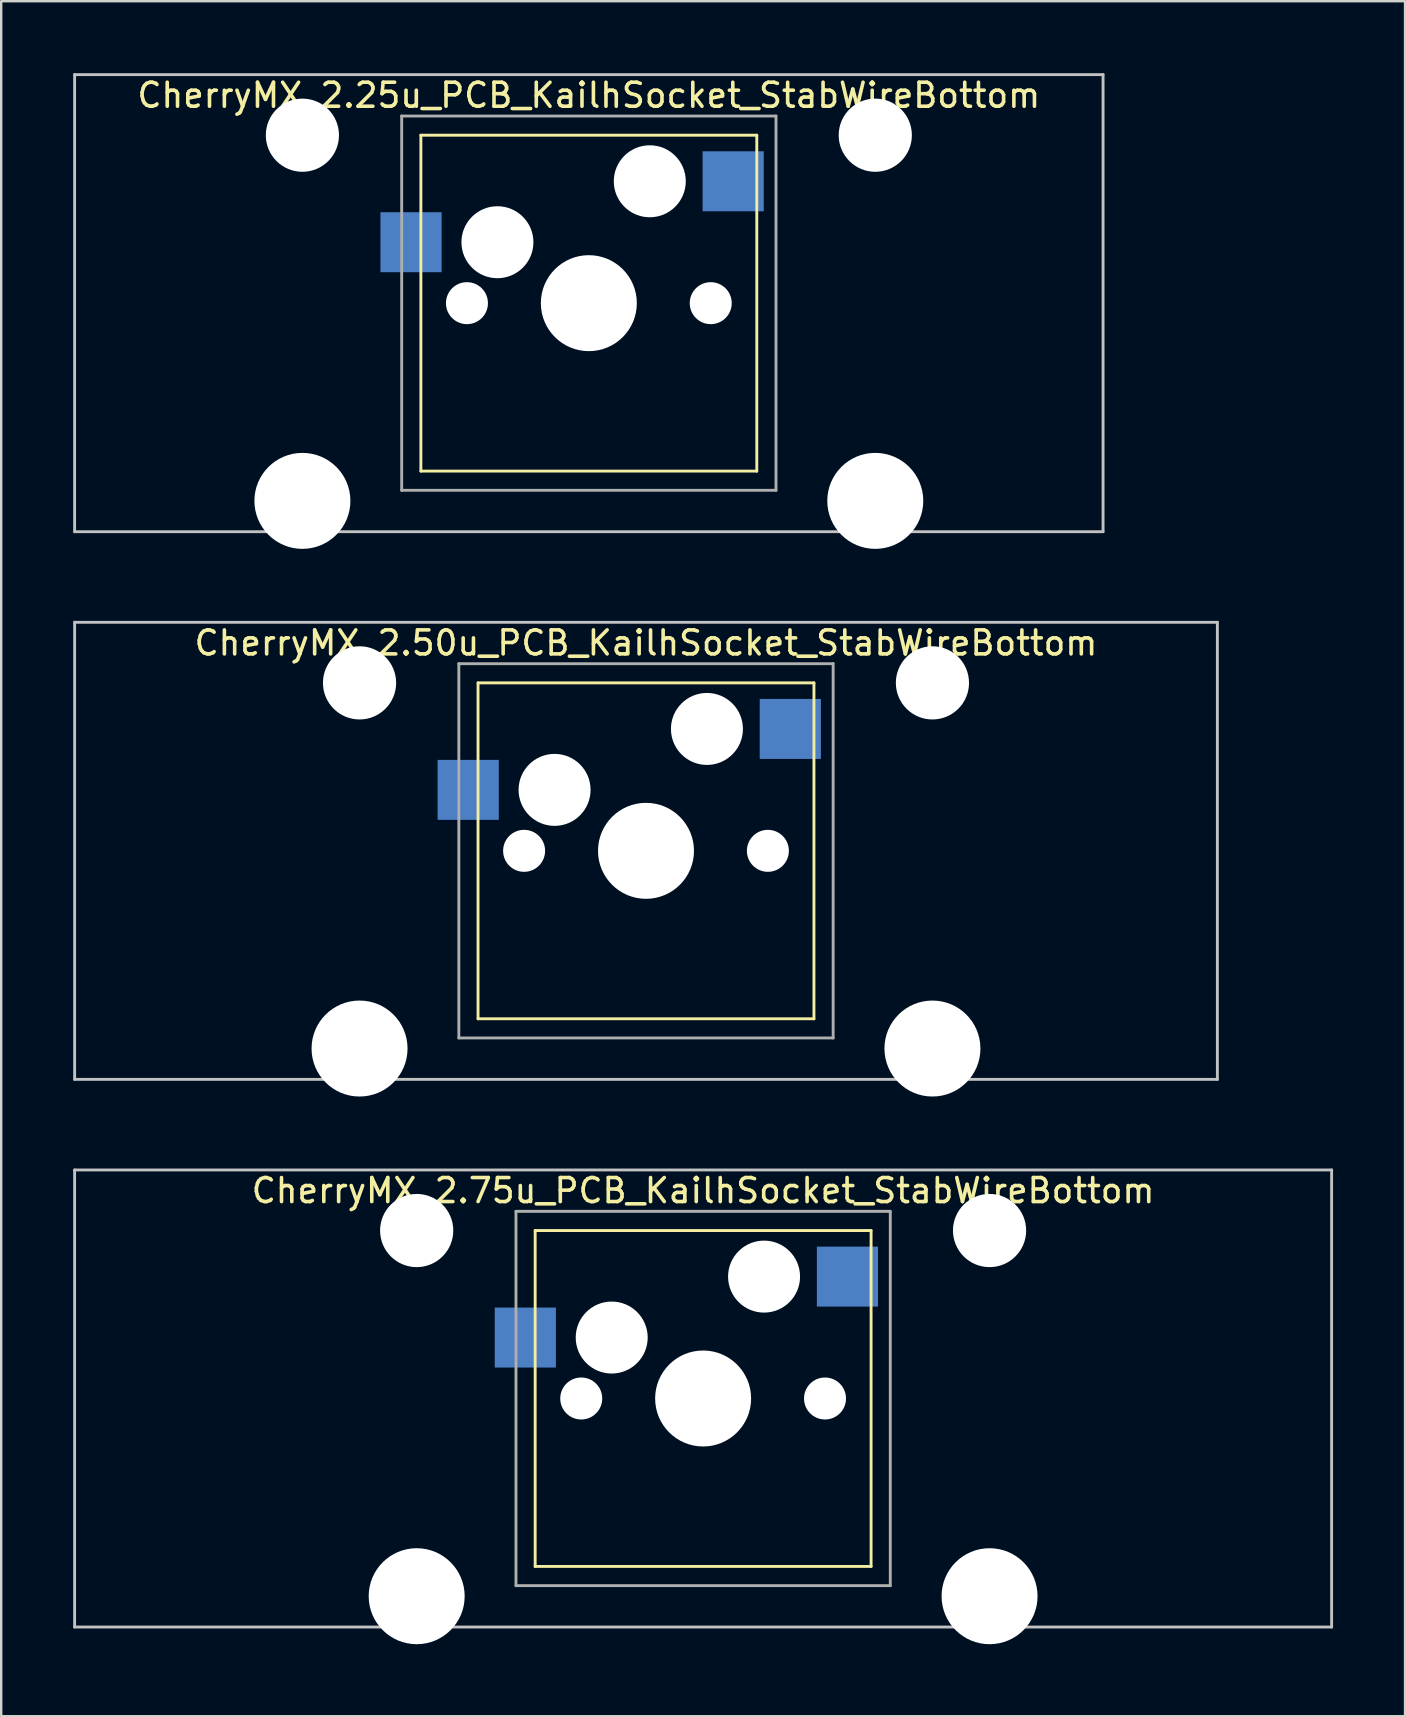
<source format=kicad_pcb>
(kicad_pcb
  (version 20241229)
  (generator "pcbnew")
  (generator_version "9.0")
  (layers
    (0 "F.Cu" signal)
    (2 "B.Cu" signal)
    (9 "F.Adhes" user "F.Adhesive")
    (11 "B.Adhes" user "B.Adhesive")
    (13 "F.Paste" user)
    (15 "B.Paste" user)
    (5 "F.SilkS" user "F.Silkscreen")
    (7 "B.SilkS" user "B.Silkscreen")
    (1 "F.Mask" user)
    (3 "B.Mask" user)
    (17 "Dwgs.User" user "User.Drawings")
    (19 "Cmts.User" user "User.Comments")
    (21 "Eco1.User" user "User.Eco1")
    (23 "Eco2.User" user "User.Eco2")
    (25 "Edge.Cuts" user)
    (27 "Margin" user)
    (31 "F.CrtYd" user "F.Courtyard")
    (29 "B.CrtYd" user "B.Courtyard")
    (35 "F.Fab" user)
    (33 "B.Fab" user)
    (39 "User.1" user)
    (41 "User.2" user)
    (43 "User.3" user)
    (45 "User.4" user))
  (footprint "CherryMX_2.75u_PCB_KailhSocket_StabWireBottom"
    (layer "F.Cu")
    (at 28.794 50.155)
    (property "Reference" "CherryMX_2.75u_PCB_KailhSocket_StabWireBottom" (at -2.54 -3.583 0) (layer "F.SilkS") (effects (font (size 1 1) (thickness 0.15))))
    (attr through_hole)
    (fp_line (start -9.54 -1.92) (end -9.54 12.08) (stroke (width 0.12) (type solid)) (layer "F.SilkS"))
    (fp_line (start -9.54 -1.92) (end 4.46 -1.92) (stroke (width 0.12) (type solid)) (layer "F.SilkS"))
    (fp_line (start 4.46 -1.92) (end 4.46 12.08) (stroke (width 0.12) (type solid)) (layer "F.SilkS"))
    (fp_line (start 4.46 12.08) (end -9.54 12.08) (stroke (width 0.12) (type solid)) (layer "F.SilkS"))
    (fp_line (start -28.734 -4.445) (end 23.654 -4.445) (stroke (width 0.12) (type solid)) (layer "Dwgs.User"))
    (fp_line (start -28.734 14.605) (end -28.734 -4.445) (stroke (width 0.12) (type solid)) (layer "Dwgs.User"))
    (fp_line (start 23.654 -4.445) (end 23.654 14.605) (stroke (width 0.12) (type solid)) (layer "Dwgs.User"))
    (fp_line (start 23.654 14.605) (end -28.734 14.605) (stroke (width 0.12) (type solid)) (layer "Dwgs.User"))
    (fp_line (start -10.34 -2.72) (end -10.34 12.88) (stroke (width 0.12) (type solid)) (layer "F.Fab"))
    (fp_line (start -10.34 -2.72) (end 5.26 -2.72) (stroke (width 0.12) (type solid)) (layer "F.Fab"))
    (fp_line (start -10.34 12.88) (end 5.26 12.88) (stroke (width 0.12) (type solid)) (layer "F.Fab"))
    (fp_line (start 5.26 -2.72) (end 5.26 12.88) (stroke (width 0.12) (type solid)) (layer "F.Fab"))
    (pad "" np_thru_hole circle (at -14.478 -1.92) (size 3.05 3.05) (drill 3.05) (layers "*.Cu" "*.Mask"))
    (pad "" np_thru_hole circle (at -14.478 13.32) (size 4 4) (drill 4) (layers "*.Cu" "*.Mask"))
    (pad "" np_thru_hole circle (at -7.62 5.08) (size 1.75 1.75) (drill 1.75) (layers "*.Cu" "*.Mask"))
    (pad "" np_thru_hole circle (at -6.35 2.54) (size 3 3) (drill 3) (layers "*.Cu" "*.Mask"))
    (pad "" np_thru_hole circle (at -2.54 5.08) (size 4 4) (drill 4) (layers "*.Cu" "*.Mask"))
    (pad "" np_thru_hole circle (at 0 0) (size 3 3) (drill 3) (layers "*.Cu" "*.Mask"))
    (pad "" np_thru_hole circle (at 2.54 5.08) (size 1.75 1.75) (drill 1.75) (layers "*.Cu" "*.Mask"))
    (pad "" np_thru_hole circle (at 9.398 -1.92) (size 3.05 3.05) (drill 3.05) (layers "*.Cu" "*.Mask"))
    (pad "" np_thru_hole circle (at 9.398 13.32) (size 4 4) (drill 4) (layers "*.Cu" "*.Mask"))
    (pad "1" smd rect (at 3.475 0) (size 2.55 2.5) (layers "B.Cu" "B.Mask" "B.Paste"))
    (pad "2" smd rect (at -9.95 2.54) (size 2.55 2.5) (layers "B.Cu" "B.Mask" "B.Paste")))
  (footprint "CherryMX_2.50u_PCB_KailhSocket_StabWireBottom"
    (layer "F.Cu")
    (at 26.413 27.33)
    (property "Reference" "CherryMX_2.50u_PCB_KailhSocket_StabWireBottom" (at -2.54 -3.583 0) (layer "F.SilkS") (effects (font (size 1 1) (thickness 0.15))))
    (attr through_hole)
    (fp_line (start -9.54 -1.92) (end -9.54 12.08) (stroke (width 0.12) (type solid)) (layer "F.SilkS"))
    (fp_line (start -9.54 -1.92) (end 4.46 -1.92) (stroke (width 0.12) (type solid)) (layer "F.SilkS"))
    (fp_line (start 4.46 -1.92) (end 4.46 12.08) (stroke (width 0.12) (type solid)) (layer "F.SilkS"))
    (fp_line (start 4.46 12.08) (end -9.54 12.08) (stroke (width 0.12) (type solid)) (layer "F.SilkS"))
    (fp_line (start -26.352 -4.445) (end 21.273 -4.445) (stroke (width 0.12) (type solid)) (layer "Dwgs.User"))
    (fp_line (start -26.352 14.605) (end -26.352 -4.445) (stroke (width 0.12) (type solid)) (layer "Dwgs.User"))
    (fp_line (start 21.273 -4.445) (end 21.273 14.605) (stroke (width 0.12) (type solid)) (layer "Dwgs.User"))
    (fp_line (start 21.273 14.605) (end -26.352 14.605) (stroke (width 0.12) (type solid)) (layer "Dwgs.User"))
    (fp_line (start -10.34 -2.72) (end -10.34 12.88) (stroke (width 0.12) (type solid)) (layer "F.Fab"))
    (fp_line (start -10.34 -2.72) (end 5.26 -2.72) (stroke (width 0.12) (type solid)) (layer "F.Fab"))
    (fp_line (start -10.34 12.88) (end 5.26 12.88) (stroke (width 0.12) (type solid)) (layer "F.Fab"))
    (fp_line (start 5.26 -2.72) (end 5.26 12.88) (stroke (width 0.12) (type solid)) (layer "F.Fab"))
    (pad "" np_thru_hole circle (at -14.478 -1.92) (size 3.05 3.05) (drill 3.05) (layers "*.Cu" "*.Mask"))
    (pad "" np_thru_hole circle (at -14.478 13.32) (size 4 4) (drill 4) (layers "*.Cu" "*.Mask"))
    (pad "" np_thru_hole circle (at -7.62 5.08) (size 1.75 1.75) (drill 1.75) (layers "*.Cu" "*.Mask"))
    (pad "" np_thru_hole circle (at -6.35 2.54) (size 3 3) (drill 3) (layers "*.Cu" "*.Mask"))
    (pad "" np_thru_hole circle (at -2.54 5.08) (size 4 4) (drill 4) (layers "*.Cu" "*.Mask"))
    (pad "" np_thru_hole circle (at 0 0) (size 3 3) (drill 3) (layers "*.Cu" "*.Mask"))
    (pad "" np_thru_hole circle (at 2.54 5.08) (size 1.75 1.75) (drill 1.75) (layers "*.Cu" "*.Mask"))
    (pad "" np_thru_hole circle (at 9.398 -1.92) (size 3.05 3.05) (drill 3.05) (layers "*.Cu" "*.Mask"))
    (pad "" np_thru_hole circle (at 9.398 13.32) (size 4 4) (drill 4) (layers "*.Cu" "*.Mask"))
    (pad "1" smd rect (at 3.475 0) (size 2.55 2.5) (layers "B.Cu" "B.Mask" "B.Paste"))
    (pad "2" smd rect (at -9.95 2.54) (size 2.55 2.5) (layers "B.Cu" "B.Mask" "B.Paste")))
  (footprint "CherryMX_2.25u_PCB_KailhSocket_StabWireBottom"
    (layer "F.Cu")
    (at 24.031 4.505)
    (property "Reference" "CherryMX_2.25u_PCB_KailhSocket_StabWireBottom" (at -2.54 -3.583 0) (layer "F.SilkS") (effects (font (size 1 1) (thickness 0.15))))
    (attr through_hole)
    (fp_line (start -9.54 -1.92) (end -9.54 12.08) (stroke (width 0.12) (type solid)) (layer "F.SilkS"))
    (fp_line (start -9.54 -1.92) (end 4.46 -1.92) (stroke (width 0.12) (type solid)) (layer "F.SilkS"))
    (fp_line (start 4.46 -1.92) (end 4.46 12.08) (stroke (width 0.12) (type solid)) (layer "F.SilkS"))
    (fp_line (start 4.46 12.08) (end -9.54 12.08) (stroke (width 0.12) (type solid)) (layer "F.SilkS"))
    (fp_line (start -23.971 -4.445) (end 18.891 -4.445) (stroke (width 0.12) (type solid)) (layer "Dwgs.User"))
    (fp_line (start -23.971 14.605) (end -23.971 -4.445) (stroke (width 0.12) (type solid)) (layer "Dwgs.User"))
    (fp_line (start 18.891 -4.445) (end 18.891 14.605) (stroke (width 0.12) (type solid)) (layer "Dwgs.User"))
    (fp_line (start 18.891 14.605) (end -23.971 14.605) (stroke (width 0.12) (type solid)) (layer "Dwgs.User"))
    (fp_line (start -10.34 -2.72) (end -10.34 12.88) (stroke (width 0.12) (type solid)) (layer "F.Fab"))
    (fp_line (start -10.34 -2.72) (end 5.26 -2.72) (stroke (width 0.12) (type solid)) (layer "F.Fab"))
    (fp_line (start -10.34 12.88) (end 5.26 12.88) (stroke (width 0.12) (type solid)) (layer "F.Fab"))
    (fp_line (start 5.26 -2.72) (end 5.26 12.88) (stroke (width 0.12) (type solid)) (layer "F.Fab"))
    (pad "" np_thru_hole circle (at -14.478 -1.92) (size 3.05 3.05) (drill 3.05) (layers "*.Cu" "*.Mask"))
    (pad "" np_thru_hole circle (at -14.478 13.32) (size 4 4) (drill 4) (layers "*.Cu" "*.Mask"))
    (pad "" np_thru_hole circle (at -7.62 5.08) (size 1.75 1.75) (drill 1.75) (layers "*.Cu" "*.Mask"))
    (pad "" np_thru_hole circle (at -6.35 2.54) (size 3 3) (drill 3) (layers "*.Cu" "*.Mask"))
    (pad "" np_thru_hole circle (at -2.54 5.08) (size 4 4) (drill 4) (layers "*.Cu" "*.Mask"))
    (pad "" np_thru_hole circle (at 0 0) (size 3 3) (drill 3) (layers "*.Cu" "*.Mask"))
    (pad "" np_thru_hole circle (at 2.54 5.08) (size 1.75 1.75) (drill 1.75) (layers "*.Cu" "*.Mask"))
    (pad "" np_thru_hole circle (at 9.398 -1.92) (size 3.05 3.05) (drill 3.05) (layers "*.Cu" "*.Mask"))
    (pad "" np_thru_hole circle (at 9.398 13.32) (size 4 4) (drill 4) (layers "*.Cu" "*.Mask"))
    (pad "1" smd rect (at 3.475 0) (size 2.55 2.5) (layers "B.Cu" "B.Mask" "B.Paste"))
    (pad "2" smd rect (at -9.95 2.54) (size 2.55 2.5) (layers "B.Cu" "B.Mask" "B.Paste")))
  (gr_rect
    (start -3 -3)
    (end 55.508 68.475)
    (stroke (width 0.1) (type default))
    (fill no)
    (layer "Edge.Cuts")))
</source>
